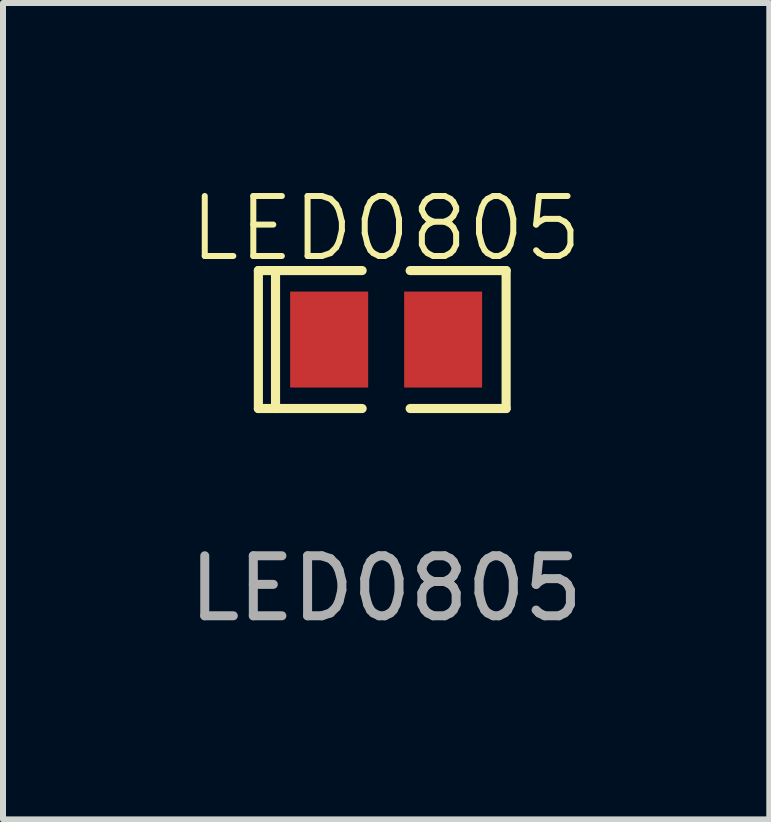
<source format=kicad_pcb>
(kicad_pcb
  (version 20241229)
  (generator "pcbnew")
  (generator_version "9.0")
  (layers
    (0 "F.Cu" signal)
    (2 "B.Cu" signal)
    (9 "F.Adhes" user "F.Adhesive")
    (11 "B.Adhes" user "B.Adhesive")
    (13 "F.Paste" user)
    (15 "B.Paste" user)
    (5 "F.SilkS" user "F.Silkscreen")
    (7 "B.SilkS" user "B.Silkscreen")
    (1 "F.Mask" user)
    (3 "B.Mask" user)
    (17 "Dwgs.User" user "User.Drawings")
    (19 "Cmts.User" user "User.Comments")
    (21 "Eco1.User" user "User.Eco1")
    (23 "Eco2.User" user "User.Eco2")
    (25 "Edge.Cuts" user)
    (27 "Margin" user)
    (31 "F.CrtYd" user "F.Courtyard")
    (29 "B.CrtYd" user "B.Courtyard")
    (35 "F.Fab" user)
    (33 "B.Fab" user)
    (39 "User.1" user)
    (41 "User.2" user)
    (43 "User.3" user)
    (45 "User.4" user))
  (footprint "LED0805"
    (layer "F.Cu")
    (at 3.387 2.76)
    (property "Reference" "LED0805" (at 0 -2 0) (unlocked yes) (layer "F.SilkS") (effects (font (size 1 1) (thickness 0.1))))
    (attr smd)
    (fp_line (start -2.13 -1.3) (end -0.4 -1.3) (stroke (width 0.152) (type solid)) (layer "F.SilkS"))
    (fp_line (start -2.13 1) (end -2.13 -1.3) (stroke (width 0.152) (type solid)) (layer "F.SilkS"))
    (fp_line (start -2.13 1) (end -0.4 1) (stroke (width 0.152) (type solid)) (layer "F.SilkS"))
    (fp_line (start -1.844 1) (end -1.844 -1.3) (stroke (width 0.152) (type solid)) (layer "F.SilkS"))
    (fp_line (start 0.4 -1.3) (end 2 -1.3) (stroke (width 0.152) (type solid)) (layer "F.SilkS"))
    (fp_line (start 0.4 1) (end 2 1) (stroke (width 0.152) (type solid)) (layer "F.SilkS"))
    (fp_line (start 2 1) (end 2 -1.3) (stroke (width 0.152) (type solid)) (layer "F.SilkS"))
    (fp_text user "${REFERENCE}" (at 0 4 0) (unlocked yes) (layer "F.Fab") (effects (font (size 1 1) (thickness 0.15))))
    (pad "1" smd rect (at 0.95 -0.15) (size 1.3 1.6) (layers "F.Cu" "F.Mask" "F.Paste"))
    (pad "2" smd rect (at -0.95 -0.15) (size 1.3 1.6) (layers "F.Cu" "F.Mask" "F.Paste")))
  (gr_rect
    (start -3 -3)
    (end 9.774 10.609)
    (stroke (width 0.1) (type default))
    (fill no)
    (layer "Edge.Cuts")))
</source>
